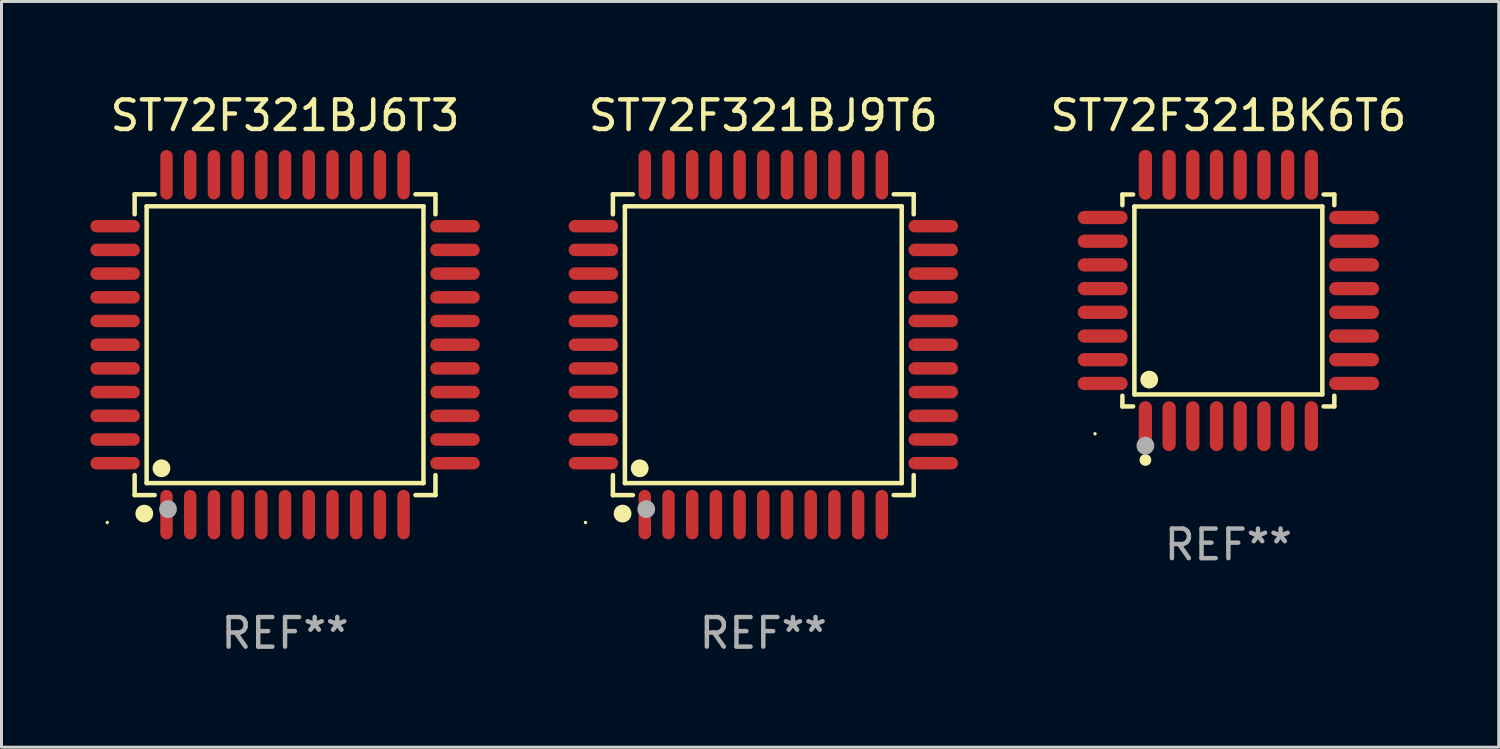
<source format=kicad_pcb>
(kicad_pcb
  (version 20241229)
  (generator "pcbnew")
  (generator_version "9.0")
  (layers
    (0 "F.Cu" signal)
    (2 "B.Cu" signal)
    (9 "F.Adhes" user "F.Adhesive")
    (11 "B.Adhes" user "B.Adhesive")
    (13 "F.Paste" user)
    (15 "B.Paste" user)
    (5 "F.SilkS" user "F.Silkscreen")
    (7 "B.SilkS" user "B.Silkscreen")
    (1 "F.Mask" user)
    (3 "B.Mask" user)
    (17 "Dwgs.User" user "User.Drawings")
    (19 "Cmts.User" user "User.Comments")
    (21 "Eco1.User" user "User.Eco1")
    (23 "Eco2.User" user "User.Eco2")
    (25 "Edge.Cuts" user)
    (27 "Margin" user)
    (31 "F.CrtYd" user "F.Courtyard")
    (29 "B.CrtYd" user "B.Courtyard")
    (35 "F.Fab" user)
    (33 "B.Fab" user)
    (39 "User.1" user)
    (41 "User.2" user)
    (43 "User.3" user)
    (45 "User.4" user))
  (footprint "ST72F321BJ9T6"
    (layer "F.Cu")
    (at 22.71 8.583)
    (property "Reference" "ST72F321BJ9T6" (at 0 -7.735 0) (layer "F.SilkS") (effects (font (size 1 1) (thickness 0.15))))
    (attr through_hole)
    (fp_line (start -5.076 -5.076) (end -4.401 -5.076) (stroke (width 0.152) (type solid)) (layer "F.SilkS"))
    (fp_line (start -5.076 -4.401) (end -5.076 -5.076) (stroke (width 0.152) (type solid)) (layer "F.SilkS"))
    (fp_line (start -5.076 4.401) (end -5.076 5.076) (stroke (width 0.152) (type solid)) (layer "F.SilkS"))
    (fp_line (start -5.076 5.076) (end -4.401 5.076) (stroke (width 0.152) (type solid)) (layer "F.SilkS"))
    (fp_line (start -4.671 -4.671) (end 4.671 -4.671) (stroke (width 0.152) (type solid)) (layer "F.SilkS"))
    (fp_line (start -4.671 4.671) (end -4.671 -4.671) (stroke (width 0.152) (type solid)) (layer "F.SilkS"))
    (fp_line (start 4.671 -4.671) (end 4.671 4.671) (stroke (width 0.152) (type solid)) (layer "F.SilkS"))
    (fp_line (start 4.671 4.671) (end -4.671 4.671) (stroke (width 0.152) (type solid)) (layer "F.SilkS"))
    (fp_line (start 5.076 -5.076) (end 4.401 -5.076) (stroke (width 0.152) (type solid)) (layer "F.SilkS"))
    (fp_line (start 5.076 -4.401) (end 5.076 -5.076) (stroke (width 0.152) (type solid)) (layer "F.SilkS"))
    (fp_line (start 5.076 4.401) (end 5.076 5.076) (stroke (width 0.152) (type solid)) (layer "F.SilkS"))
    (fp_line (start 5.076 5.076) (end 4.401 5.076) (stroke (width 0.152) (type solid)) (layer "F.SilkS"))
    (fp_circle (center -6 6) (end -5.97 6) (stroke (width 0.06) (type solid)) (fill no) (layer "F.SilkS"))
    (fp_circle (center -4.75 5.7) (end -4.6 5.7) (stroke (width 0.3) (type solid)) (fill no) (layer "F.SilkS"))
    (fp_circle (center -4.171 4.171) (end -4.021 4.171) (stroke (width 0.3) (type solid)) (fill no) (layer "F.SilkS"))
    (fp_circle (center -3.95 5.55) (end -3.8 5.55) (stroke (width 0.3) (type solid)) (fill no) (layer "F.Fab"))
    (fp_text user "REF**" (at 0 9.735 0) (layer "F.Fab") (effects (font (size 1 1) (thickness 0.15))))
    (pad "1" smd oval (at -4 5.735) (size 0.42 1.67) (layers "F.Cu" "F.Mask" "F.Paste"))
    (pad "2" smd oval (at -3.2 5.735) (size 0.42 1.67) (layers "F.Cu" "F.Mask" "F.Paste"))
    (pad "3" smd oval (at -2.4 5.735) (size 0.42 1.67) (layers "F.Cu" "F.Mask" "F.Paste"))
    (pad "4" smd oval (at -1.6 5.735) (size 0.42 1.67) (layers "F.Cu" "F.Mask" "F.Paste"))
    (pad "5" smd oval (at -0.8 5.735) (size 0.42 1.67) (layers "F.Cu" "F.Mask" "F.Paste"))
    (pad "6" smd oval (at 0 5.735) (size 0.42 1.67) (layers "F.Cu" "F.Mask" "F.Paste"))
    (pad "7" smd oval (at 0.8 5.735) (size 0.42 1.67) (layers "F.Cu" "F.Mask" "F.Paste"))
    (pad "8" smd oval (at 1.6 5.735) (size 0.42 1.67) (layers "F.Cu" "F.Mask" "F.Paste"))
    (pad "9" smd oval (at 2.4 5.735) (size 0.42 1.67) (layers "F.Cu" "F.Mask" "F.Paste"))
    (pad "10" smd oval (at 3.2 5.735) (size 0.42 1.67) (layers "F.Cu" "F.Mask" "F.Paste"))
    (pad "11" smd oval (at 4 5.735) (size 0.42 1.67) (layers "F.Cu" "F.Mask" "F.Paste"))
    (pad "12" smd oval (at 5.735 4) (size 1.67 0.42) (layers "F.Cu" "F.Mask" "F.Paste"))
    (pad "13" smd oval (at 5.735 3.2) (size 1.67 0.42) (layers "F.Cu" "F.Mask" "F.Paste"))
    (pad "14" smd oval (at 5.735 2.4) (size 1.67 0.42) (layers "F.Cu" "F.Mask" "F.Paste"))
    (pad "15" smd oval (at 5.735 1.6) (size 1.67 0.42) (layers "F.Cu" "F.Mask" "F.Paste"))
    (pad "16" smd oval (at 5.735 0.8) (size 1.67 0.42) (layers "F.Cu" "F.Mask" "F.Paste"))
    (pad "17" smd oval (at 5.735 0) (size 1.67 0.42) (layers "F.Cu" "F.Mask" "F.Paste"))
    (pad "18" smd oval (at 5.735 -0.8) (size 1.67 0.42) (layers "F.Cu" "F.Mask" "F.Paste"))
    (pad "19" smd oval (at 5.735 -1.6) (size 1.67 0.42) (layers "F.Cu" "F.Mask" "F.Paste"))
    (pad "20" smd oval (at 5.735 -2.4) (size 1.67 0.42) (layers "F.Cu" "F.Mask" "F.Paste"))
    (pad "21" smd oval (at 5.735 -3.2) (size 1.67 0.42) (layers "F.Cu" "F.Mask" "F.Paste"))
    (pad "22" smd oval (at 5.735 -4) (size 1.67 0.42) (layers "F.Cu" "F.Mask" "F.Paste"))
    (pad "23" smd oval (at 4 -5.735) (size 0.42 1.67) (layers "F.Cu" "F.Mask" "F.Paste"))
    (pad "24" smd oval (at 3.2 -5.735) (size 0.42 1.67) (layers "F.Cu" "F.Mask" "F.Paste"))
    (pad "25" smd oval (at 2.4 -5.735) (size 0.42 1.67) (layers "F.Cu" "F.Mask" "F.Paste"))
    (pad "26" smd oval (at 1.6 -5.735) (size 0.42 1.67) (layers "F.Cu" "F.Mask" "F.Paste"))
    (pad "27" smd oval (at 0.8 -5.735) (size 0.42 1.67) (layers "F.Cu" "F.Mask" "F.Paste"))
    (pad "28" smd oval (at 0 -5.735) (size 0.42 1.67) (layers "F.Cu" "F.Mask" "F.Paste"))
    (pad "29" smd oval (at -0.8 -5.735) (size 0.42 1.67) (layers "F.Cu" "F.Mask" "F.Paste"))
    (pad "30" smd oval (at -1.6 -5.735) (size 0.42 1.67) (layers "F.Cu" "F.Mask" "F.Paste"))
    (pad "31" smd oval (at -2.4 -5.735) (size 0.42 1.67) (layers "F.Cu" "F.Mask" "F.Paste"))
    (pad "32" smd oval (at -3.2 -5.735) (size 0.42 1.67) (layers "F.Cu" "F.Mask" "F.Paste"))
    (pad "33" smd oval (at -4 -5.735) (size 0.42 1.67) (layers "F.Cu" "F.Mask" "F.Paste"))
    (pad "34" smd oval (at -5.735 -4) (size 1.67 0.42) (layers "F.Cu" "F.Mask" "F.Paste"))
    (pad "35" smd oval (at -5.735 -3.2) (size 1.67 0.42) (layers "F.Cu" "F.Mask" "F.Paste"))
    (pad "36" smd oval (at -5.735 -2.4) (size 1.67 0.42) (layers "F.Cu" "F.Mask" "F.Paste"))
    (pad "37" smd oval (at -5.735 -1.6) (size 1.67 0.42) (layers "F.Cu" "F.Mask" "F.Paste"))
    (pad "38" smd oval (at -5.735 -0.8) (size 1.67 0.42) (layers "F.Cu" "F.Mask" "F.Paste"))
    (pad "39" smd oval (at -5.735 0) (size 1.67 0.42) (layers "F.Cu" "F.Mask" "F.Paste"))
    (pad "40" smd oval (at -5.735 0.8) (size 1.67 0.42) (layers "F.Cu" "F.Mask" "F.Paste"))
    (pad "41" smd oval (at -5.735 1.6) (size 1.67 0.42) (layers "F.Cu" "F.Mask" "F.Paste"))
    (pad "42" smd oval (at -5.735 2.4) (size 1.67 0.42) (layers "F.Cu" "F.Mask" "F.Paste"))
    (pad "43" smd oval (at -5.735 3.2) (size 1.67 0.42) (layers "F.Cu" "F.Mask" "F.Paste"))
    (pad "44" smd oval (at -5.735 4) (size 1.67 0.42) (layers "F.Cu" "F.Mask" "F.Paste")))
  (footprint "ST72F321BK6T6"
    (layer "F.Cu")
    (at 38.405 7.09)
    (property "Reference" "ST72F321BK6T6" (at 0 -6.242 0) (layer "F.SilkS") (effects (font (size 1 1) (thickness 0.15))))
    (attr through_hole)
    (fp_line (start -3.576 -3.576) (end -3.215 -3.576) (stroke (width 0.152) (type solid)) (layer "F.SilkS"))
    (fp_line (start -3.576 -3.215) (end -3.576 -3.576) (stroke (width 0.152) (type solid)) (layer "F.SilkS"))
    (fp_line (start -3.576 3.215) (end -3.576 3.576) (stroke (width 0.152) (type solid)) (layer "F.SilkS"))
    (fp_line (start -3.576 3.576) (end -3.215 3.576) (stroke (width 0.152) (type solid)) (layer "F.SilkS"))
    (fp_line (start -3.171 -3.171) (end 3.171 -3.171) (stroke (width 0.152) (type solid)) (layer "F.SilkS"))
    (fp_line (start -3.171 3.171) (end -3.171 -3.171) (stroke (width 0.152) (type solid)) (layer "F.SilkS"))
    (fp_line (start 3.171 -3.171) (end 3.171 3.171) (stroke (width 0.152) (type solid)) (layer "F.SilkS"))
    (fp_line (start 3.171 3.171) (end -3.171 3.171) (stroke (width 0.152) (type solid)) (layer "F.SilkS"))
    (fp_line (start 3.576 -3.576) (end 3.215 -3.576) (stroke (width 0.152) (type solid)) (layer "F.SilkS"))
    (fp_line (start 3.576 -3.215) (end 3.576 -3.576) (stroke (width 0.152) (type solid)) (layer "F.SilkS"))
    (fp_line (start 3.576 3.215) (end 3.576 3.576) (stroke (width 0.152) (type solid)) (layer "F.SilkS"))
    (fp_line (start 3.576 3.576) (end 3.215 3.576) (stroke (width 0.152) (type solid)) (layer "F.SilkS"))
    (fp_circle (center -4.5 4.5) (end -4.47 4.5) (stroke (width 0.06) (type solid)) (fill no) (layer "F.SilkS"))
    (fp_circle (center -2.8 5.384) (end -2.7 5.384) (stroke (width 0.2) (type solid)) (fill no) (layer "F.SilkS"))
    (fp_circle (center -2.671 2.671) (end -2.521 2.671) (stroke (width 0.3) (type solid)) (fill no) (layer "F.SilkS"))
    (fp_circle (center -2.8 4.9) (end -2.65 4.9) (stroke (width 0.3) (type solid)) (fill no) (layer "F.Fab"))
    (fp_text user "REF**" (at 0 8.242 0) (layer "F.Fab") (effects (font (size 1 1) (thickness 0.15))))
    (pad "1" smd oval (at -2.8 4.242) (size 0.448 1.684) (layers "F.Cu" "F.Mask" "F.Paste"))
    (pad "2" smd oval (at -2 4.242) (size 0.448 1.684) (layers "F.Cu" "F.Mask" "F.Paste"))
    (pad "3" smd oval (at -1.2 4.242) (size 0.448 1.684) (layers "F.Cu" "F.Mask" "F.Paste"))
    (pad "4" smd oval (at -0.4 4.242) (size 0.448 1.684) (layers "F.Cu" "F.Mask" "F.Paste"))
    (pad "5" smd oval (at 0.4 4.242) (size 0.448 1.684) (layers "F.Cu" "F.Mask" "F.Paste"))
    (pad "6" smd oval (at 1.2 4.242) (size 0.448 1.684) (layers "F.Cu" "F.Mask" "F.Paste"))
    (pad "7" smd oval (at 2 4.242) (size 0.448 1.684) (layers "F.Cu" "F.Mask" "F.Paste"))
    (pad "8" smd oval (at 2.8 4.242) (size 0.448 1.684) (layers "F.Cu" "F.Mask" "F.Paste"))
    (pad "9" smd oval (at 4.242 2.8) (size 1.684 0.448) (layers "F.Cu" "F.Mask" "F.Paste"))
    (pad "10" smd oval (at 4.242 2) (size 1.684 0.448) (layers "F.Cu" "F.Mask" "F.Paste"))
    (pad "11" smd oval (at 4.242 1.2) (size 1.684 0.448) (layers "F.Cu" "F.Mask" "F.Paste"))
    (pad "12" smd oval (at 4.242 0.4) (size 1.684 0.448) (layers "F.Cu" "F.Mask" "F.Paste"))
    (pad "13" smd oval (at 4.242 -0.4) (size 1.684 0.448) (layers "F.Cu" "F.Mask" "F.Paste"))
    (pad "14" smd oval (at 4.242 -1.2) (size 1.684 0.448) (layers "F.Cu" "F.Mask" "F.Paste"))
    (pad "15" smd oval (at 4.242 -2) (size 1.684 0.448) (layers "F.Cu" "F.Mask" "F.Paste"))
    (pad "16" smd oval (at 4.242 -2.8) (size 1.684 0.448) (layers "F.Cu" "F.Mask" "F.Paste"))
    (pad "17" smd oval (at 2.8 -4.242) (size 0.448 1.684) (layers "F.Cu" "F.Mask" "F.Paste"))
    (pad "18" smd oval (at 2 -4.242) (size 0.448 1.684) (layers "F.Cu" "F.Mask" "F.Paste"))
    (pad "19" smd oval (at 1.2 -4.242) (size 0.448 1.684) (layers "F.Cu" "F.Mask" "F.Paste"))
    (pad "20" smd oval (at 0.4 -4.242) (size 0.448 1.684) (layers "F.Cu" "F.Mask" "F.Paste"))
    (pad "21" smd oval (at -0.4 -4.242) (size 0.448 1.684) (layers "F.Cu" "F.Mask" "F.Paste"))
    (pad "22" smd oval (at -1.2 -4.242) (size 0.448 1.684) (layers "F.Cu" "F.Mask" "F.Paste"))
    (pad "23" smd oval (at -2 -4.242) (size 0.448 1.684) (layers "F.Cu" "F.Mask" "F.Paste"))
    (pad "24" smd oval (at -2.8 -4.242) (size 0.448 1.684) (layers "F.Cu" "F.Mask" "F.Paste"))
    (pad "25" smd oval (at -4.242 -2.8) (size 1.684 0.448) (layers "F.Cu" "F.Mask" "F.Paste"))
    (pad "26" smd oval (at -4.242 -2) (size 1.684 0.448) (layers "F.Cu" "F.Mask" "F.Paste"))
    (pad "27" smd oval (at -4.242 -1.2) (size 1.684 0.448) (layers "F.Cu" "F.Mask" "F.Paste"))
    (pad "28" smd oval (at -4.242 -0.4) (size 1.684 0.448) (layers "F.Cu" "F.Mask" "F.Paste"))
    (pad "29" smd oval (at -4.242 0.4) (size 1.684 0.448) (layers "F.Cu" "F.Mask" "F.Paste"))
    (pad "30" smd oval (at -4.242 1.2) (size 1.684 0.448) (layers "F.Cu" "F.Mask" "F.Paste"))
    (pad "31" smd oval (at -4.242 2) (size 1.684 0.448) (layers "F.Cu" "F.Mask" "F.Paste"))
    (pad "32" smd oval (at -4.242 2.8) (size 1.684 0.448) (layers "F.Cu" "F.Mask" "F.Paste")))
  (footprint "ST72F321BJ6T3"
    (layer "F.Cu")
    (at 6.57 8.583)
    (property "Reference" "ST72F321BJ6T3" (at 0 -7.735 0) (layer "F.SilkS") (effects (font (size 1 1) (thickness 0.15))))
    (attr through_hole)
    (fp_line (start -5.076 -5.076) (end -4.401 -5.076) (stroke (width 0.152) (type solid)) (layer "F.SilkS"))
    (fp_line (start -5.076 -4.401) (end -5.076 -5.076) (stroke (width 0.152) (type solid)) (layer "F.SilkS"))
    (fp_line (start -5.076 4.401) (end -5.076 5.076) (stroke (width 0.152) (type solid)) (layer "F.SilkS"))
    (fp_line (start -5.076 5.076) (end -4.401 5.076) (stroke (width 0.152) (type solid)) (layer "F.SilkS"))
    (fp_line (start -4.671 -4.671) (end 4.671 -4.671) (stroke (width 0.152) (type solid)) (layer "F.SilkS"))
    (fp_line (start -4.671 4.671) (end -4.671 -4.671) (stroke (width 0.152) (type solid)) (layer "F.SilkS"))
    (fp_line (start 4.671 -4.671) (end 4.671 4.671) (stroke (width 0.152) (type solid)) (layer "F.SilkS"))
    (fp_line (start 4.671 4.671) (end -4.671 4.671) (stroke (width 0.152) (type solid)) (layer "F.SilkS"))
    (fp_line (start 5.076 -5.076) (end 4.401 -5.076) (stroke (width 0.152) (type solid)) (layer "F.SilkS"))
    (fp_line (start 5.076 -4.401) (end 5.076 -5.076) (stroke (width 0.152) (type solid)) (layer "F.SilkS"))
    (fp_line (start 5.076 4.401) (end 5.076 5.076) (stroke (width 0.152) (type solid)) (layer "F.SilkS"))
    (fp_line (start 5.076 5.076) (end 4.401 5.076) (stroke (width 0.152) (type solid)) (layer "F.SilkS"))
    (fp_circle (center -6 6) (end -5.97 6) (stroke (width 0.06) (type solid)) (fill no) (layer "F.SilkS"))
    (fp_circle (center -4.75 5.7) (end -4.6 5.7) (stroke (width 0.3) (type solid)) (fill no) (layer "F.SilkS"))
    (fp_circle (center -4.171 4.171) (end -4.021 4.171) (stroke (width 0.3) (type solid)) (fill no) (layer "F.SilkS"))
    (fp_circle (center -3.95 5.55) (end -3.8 5.55) (stroke (width 0.3) (type solid)) (fill no) (layer "F.Fab"))
    (fp_text user "REF**" (at 0 9.735 0) (layer "F.Fab") (effects (font (size 1 1) (thickness 0.15))))
    (pad "1" smd oval (at -4 5.735) (size 0.42 1.67) (layers "F.Cu" "F.Mask" "F.Paste"))
    (pad "2" smd oval (at -3.2 5.735) (size 0.42 1.67) (layers "F.Cu" "F.Mask" "F.Paste"))
    (pad "3" smd oval (at -2.4 5.735) (size 0.42 1.67) (layers "F.Cu" "F.Mask" "F.Paste"))
    (pad "4" smd oval (at -1.6 5.735) (size 0.42 1.67) (layers "F.Cu" "F.Mask" "F.Paste"))
    (pad "5" smd oval (at -0.8 5.735) (size 0.42 1.67) (layers "F.Cu" "F.Mask" "F.Paste"))
    (pad "6" smd oval (at 0 5.735) (size 0.42 1.67) (layers "F.Cu" "F.Mask" "F.Paste"))
    (pad "7" smd oval (at 0.8 5.735) (size 0.42 1.67) (layers "F.Cu" "F.Mask" "F.Paste"))
    (pad "8" smd oval (at 1.6 5.735) (size 0.42 1.67) (layers "F.Cu" "F.Mask" "F.Paste"))
    (pad "9" smd oval (at 2.4 5.735) (size 0.42 1.67) (layers "F.Cu" "F.Mask" "F.Paste"))
    (pad "10" smd oval (at 3.2 5.735) (size 0.42 1.67) (layers "F.Cu" "F.Mask" "F.Paste"))
    (pad "11" smd oval (at 4 5.735) (size 0.42 1.67) (layers "F.Cu" "F.Mask" "F.Paste"))
    (pad "12" smd oval (at 5.735 4) (size 1.67 0.42) (layers "F.Cu" "F.Mask" "F.Paste"))
    (pad "13" smd oval (at 5.735 3.2) (size 1.67 0.42) (layers "F.Cu" "F.Mask" "F.Paste"))
    (pad "14" smd oval (at 5.735 2.4) (size 1.67 0.42) (layers "F.Cu" "F.Mask" "F.Paste"))
    (pad "15" smd oval (at 5.735 1.6) (size 1.67 0.42) (layers "F.Cu" "F.Mask" "F.Paste"))
    (pad "16" smd oval (at 5.735 0.8) (size 1.67 0.42) (layers "F.Cu" "F.Mask" "F.Paste"))
    (pad "17" smd oval (at 5.735 0) (size 1.67 0.42) (layers "F.Cu" "F.Mask" "F.Paste"))
    (pad "18" smd oval (at 5.735 -0.8) (size 1.67 0.42) (layers "F.Cu" "F.Mask" "F.Paste"))
    (pad "19" smd oval (at 5.735 -1.6) (size 1.67 0.42) (layers "F.Cu" "F.Mask" "F.Paste"))
    (pad "20" smd oval (at 5.735 -2.4) (size 1.67 0.42) (layers "F.Cu" "F.Mask" "F.Paste"))
    (pad "21" smd oval (at 5.735 -3.2) (size 1.67 0.42) (layers "F.Cu" "F.Mask" "F.Paste"))
    (pad "22" smd oval (at 5.735 -4) (size 1.67 0.42) (layers "F.Cu" "F.Mask" "F.Paste"))
    (pad "23" smd oval (at 4 -5.735) (size 0.42 1.67) (layers "F.Cu" "F.Mask" "F.Paste"))
    (pad "24" smd oval (at 3.2 -5.735) (size 0.42 1.67) (layers "F.Cu" "F.Mask" "F.Paste"))
    (pad "25" smd oval (at 2.4 -5.735) (size 0.42 1.67) (layers "F.Cu" "F.Mask" "F.Paste"))
    (pad "26" smd oval (at 1.6 -5.735) (size 0.42 1.67) (layers "F.Cu" "F.Mask" "F.Paste"))
    (pad "27" smd oval (at 0.8 -5.735) (size 0.42 1.67) (layers "F.Cu" "F.Mask" "F.Paste"))
    (pad "28" smd oval (at 0 -5.735) (size 0.42 1.67) (layers "F.Cu" "F.Mask" "F.Paste"))
    (pad "29" smd oval (at -0.8 -5.735) (size 0.42 1.67) (layers "F.Cu" "F.Mask" "F.Paste"))
    (pad "30" smd oval (at -1.6 -5.735) (size 0.42 1.67) (layers "F.Cu" "F.Mask" "F.Paste"))
    (pad "31" smd oval (at -2.4 -5.735) (size 0.42 1.67) (layers "F.Cu" "F.Mask" "F.Paste"))
    (pad "32" smd oval (at -3.2 -5.735) (size 0.42 1.67) (layers "F.Cu" "F.Mask" "F.Paste"))
    (pad "33" smd oval (at -4 -5.735) (size 0.42 1.67) (layers "F.Cu" "F.Mask" "F.Paste"))
    (pad "34" smd oval (at -5.735 -4) (size 1.67 0.42) (layers "F.Cu" "F.Mask" "F.Paste"))
    (pad "35" smd oval (at -5.735 -3.2) (size 1.67 0.42) (layers "F.Cu" "F.Mask" "F.Paste"))
    (pad "36" smd oval (at -5.735 -2.4) (size 1.67 0.42) (layers "F.Cu" "F.Mask" "F.Paste"))
    (pad "37" smd oval (at -5.735 -1.6) (size 1.67 0.42) (layers "F.Cu" "F.Mask" "F.Paste"))
    (pad "38" smd oval (at -5.735 -0.8) (size 1.67 0.42) (layers "F.Cu" "F.Mask" "F.Paste"))
    (pad "39" smd oval (at -5.735 0) (size 1.67 0.42) (layers "F.Cu" "F.Mask" "F.Paste"))
    (pad "40" smd oval (at -5.735 0.8) (size 1.67 0.42) (layers "F.Cu" "F.Mask" "F.Paste"))
    (pad "41" smd oval (at -5.735 1.6) (size 1.67 0.42) (layers "F.Cu" "F.Mask" "F.Paste"))
    (pad "42" smd oval (at -5.735 2.4) (size 1.67 0.42) (layers "F.Cu" "F.Mask" "F.Paste"))
    (pad "43" smd oval (at -5.735 3.2) (size 1.67 0.42) (layers "F.Cu" "F.Mask" "F.Paste"))
    (pad "44" smd oval (at -5.735 4) (size 1.67 0.42) (layers "F.Cu" "F.Mask" "F.Paste")))
  (gr_rect
    (start -3 -3)
    (end 47.53 22.167)
    (stroke (width 0.1) (type default))
    (fill no)
    (layer "Edge.Cuts")))
</source>
